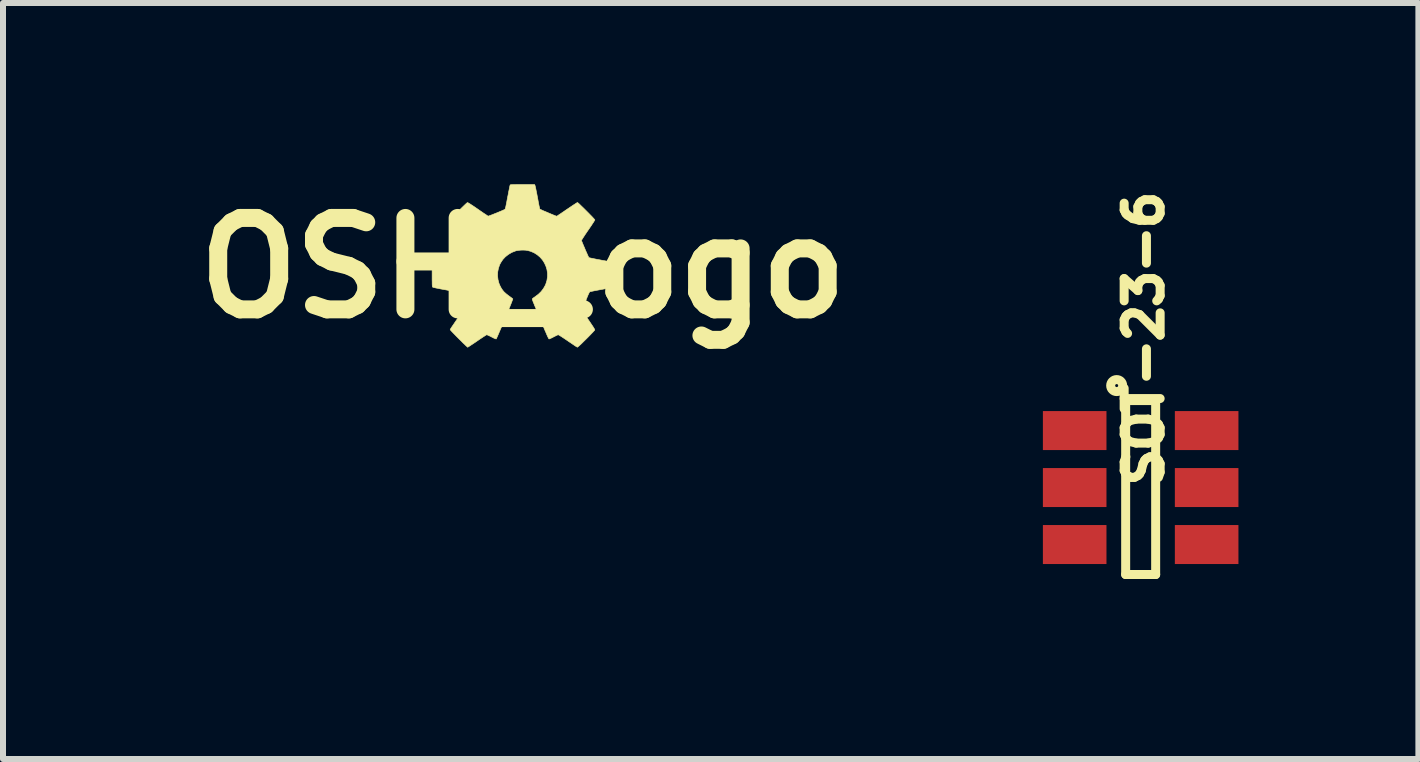
<source format=kicad_pcb>
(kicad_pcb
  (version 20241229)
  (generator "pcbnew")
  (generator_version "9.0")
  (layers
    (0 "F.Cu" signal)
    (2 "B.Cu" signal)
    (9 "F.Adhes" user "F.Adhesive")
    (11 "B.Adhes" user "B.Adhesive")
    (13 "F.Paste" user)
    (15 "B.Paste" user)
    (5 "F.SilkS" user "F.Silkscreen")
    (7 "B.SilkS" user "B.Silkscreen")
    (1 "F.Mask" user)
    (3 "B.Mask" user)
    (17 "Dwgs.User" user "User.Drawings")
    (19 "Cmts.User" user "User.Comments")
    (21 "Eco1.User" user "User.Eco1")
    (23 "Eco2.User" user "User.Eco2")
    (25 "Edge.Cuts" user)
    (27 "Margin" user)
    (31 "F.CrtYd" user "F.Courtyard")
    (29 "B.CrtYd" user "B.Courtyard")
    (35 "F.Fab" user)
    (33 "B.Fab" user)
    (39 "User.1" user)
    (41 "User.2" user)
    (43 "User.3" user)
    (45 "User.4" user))
  (footprint "OSH_logo"
    (layer "F.Cu")
    (at 5.668 1.418)
    (property "Reference" "OSH_logo" (at 0 0 0) (layer "F.SilkS") (effects (font (size 1.524 1.524) (thickness 0.3))))
    (attr through_hole)
    (fp_poly (pts (xy 0.2 -1.38) (xy 0.202 -1.373) (xy 0.206 -1.357) (xy 0.212 -1.333) (xy 0.218 -1.302) (xy 0.225 -1.267) (xy 0.233 -1.227) (xy 0.241 -1.184) (xy 0.242 -1.179) (xy 0.25 -1.136) (xy 0.257 -1.097) (xy 0.264 -1.061) (xy 0.27 -1.031) (xy 0.276 -1.007) (xy 0.279 -0.99) (xy 0.282 -0.983) (xy 0.282 -0.982) (xy 0.287 -0.979) (xy 0.301 -0.973) (xy 0.321 -0.963) (xy 0.346 -0.952) (xy 0.375 -0.94) (xy 0.406 -0.927) (xy 0.438 -0.913) (xy 0.469 -0.9) (xy 0.498 -0.888) (xy 0.523 -0.878) (xy 0.543 -0.87) (xy 0.557 -0.865) (xy 0.563 -0.864) (xy 0.568 -0.866) (xy 0.581 -0.874) (xy 0.599 -0.887) (xy 0.624 -0.903) (xy 0.653 -0.923) (xy 0.686 -0.945) (xy 0.722 -0.97) (xy 0.734 -0.978) (xy 0.771 -1.003) (xy 0.805 -1.026) (xy 0.836 -1.047) (xy 0.863 -1.064) (xy 0.884 -1.078) (xy 0.9 -1.088) (xy 0.908 -1.092) (xy 0.909 -1.092) (xy 0.914 -1.089) (xy 0.926 -1.079) (xy 0.943 -1.064) (xy 0.963 -1.044) (xy 0.988 -1.02) (xy 1.014 -0.995) (xy 1.042 -0.967) (xy 1.07 -0.939) (xy 1.098 -0.911) (xy 1.124 -0.884) (xy 1.148 -0.86) (xy 1.168 -0.838) (xy 1.184 -0.821) (xy 1.194 -0.809) (xy 1.199 -0.802) (xy 1.199 -0.802) (xy 1.196 -0.796) (xy 1.188 -0.783) (xy 1.176 -0.763) (xy 1.159 -0.738) (xy 1.14 -0.708) (xy 1.117 -0.675) (xy 1.093 -0.639) (xy 1.087 -0.631) (xy 1.062 -0.595) (xy 1.039 -0.561) (xy 1.019 -0.53) (xy 1.002 -0.504) (xy 0.989 -0.483) (xy 0.98 -0.469) (xy 0.976 -0.462) (xy 0.975 -0.461) (xy 0.977 -0.454) (xy 0.983 -0.44) (xy 0.991 -0.419) (xy 1.002 -0.393) (xy 1.014 -0.364) (xy 1.028 -0.333) (xy 1.041 -0.3) (xy 1.055 -0.269) (xy 1.068 -0.24) (xy 1.079 -0.214) (xy 1.089 -0.194) (xy 1.095 -0.18) (xy 1.099 -0.174) (xy 1.105 -0.172) (xy 1.12 -0.168) (xy 1.143 -0.163) (xy 1.172 -0.157) (xy 1.207 -0.15) (xy 1.246 -0.142) (xy 1.288 -0.135) (xy 1.29 -0.134) (xy 1.333 -0.126) (xy 1.373 -0.119) (xy 1.408 -0.112) (xy 1.439 -0.105) (xy 1.463 -0.1) (xy 1.479 -0.096) (xy 1.487 -0.093) (xy 1.487 -0.093) (xy 1.499 -0.086) (xy 1.499 0.114) (xy 1.499 0.166) (xy 1.498 0.209) (xy 1.498 0.243) (xy 1.497 0.27) (xy 1.497 0.29) (xy 1.496 0.304) (xy 1.494 0.313) (xy 1.493 0.318) (xy 1.492 0.319) (xy 1.485 0.322) (xy 1.47 0.325) (xy 1.447 0.33) (xy 1.418 0.337) (xy 1.383 0.344) (xy 1.344 0.351) (xy 1.305 0.358) (xy 1.263 0.366) (xy 1.224 0.373) (xy 1.189 0.38) (xy 1.16 0.386) (xy 1.137 0.391) (xy 1.121 0.394) (xy 1.115 0.396) (xy 1.111 0.4) (xy 1.105 0.41) (xy 1.097 0.426) (xy 1.086 0.449) (xy 1.073 0.48) (xy 1.057 0.52) (xy 1.045 0.549) (xy 1.031 0.586) (xy 1.017 0.62) (xy 1.006 0.65) (xy 0.996 0.674) (xy 0.99 0.692) (xy 0.986 0.702) (xy 0.986 0.704) (xy 0.988 0.71) (xy 0.996 0.722) (xy 1.009 0.741) (xy 1.025 0.766) (xy 1.044 0.795) (xy 1.067 0.828) (xy 1.091 0.863) (xy 1.093 0.866) (xy 1.122 0.909) (xy 1.146 0.945) (xy 1.165 0.973) (xy 1.179 0.996) (xy 1.189 1.012) (xy 1.195 1.024) (xy 1.197 1.031) (xy 1.197 1.033) (xy 1.193 1.039) (xy 1.182 1.051) (xy 1.166 1.069) (xy 1.145 1.091) (xy 1.12 1.117) (xy 1.092 1.146) (xy 1.061 1.177) (xy 1.055 1.183) (xy 1.016 1.221) (xy 0.985 1.252) (xy 0.959 1.277) (xy 0.939 1.295) (xy 0.924 1.308) (xy 0.914 1.316) (xy 0.907 1.32) (xy 0.906 1.32) (xy 0.9 1.316) (xy 0.886 1.308) (xy 0.866 1.295) (xy 0.841 1.278) (xy 0.812 1.258) (xy 0.779 1.236) (xy 0.748 1.215) (xy 0.713 1.191) (xy 0.68 1.169) (xy 0.651 1.15) (xy 0.626 1.134) (xy 0.607 1.122) (xy 0.594 1.115) (xy 0.589 1.113) (xy 0.581 1.115) (xy 0.566 1.121) (xy 0.546 1.131) (xy 0.522 1.143) (xy 0.512 1.148) (xy 0.488 1.161) (xy 0.466 1.171) (xy 0.449 1.179) (xy 0.438 1.182) (xy 0.435 1.183) (xy 0.433 1.181) (xy 0.429 1.176) (xy 0.424 1.166) (xy 0.417 1.153) (xy 0.408 1.134) (xy 0.397 1.109) (xy 0.384 1.078) (xy 0.367 1.04) (xy 0.348 0.994) (xy 0.326 0.941) (xy 0.3 0.878) (xy 0.299 0.876) (xy 0.272 0.81) (xy 0.248 0.753) (xy 0.228 0.704) (xy 0.211 0.662) (xy 0.196 0.628) (xy 0.185 0.599) (xy 0.175 0.576) (xy 0.168 0.558) (xy 0.163 0.544) (xy 0.159 0.533) (xy 0.157 0.526) (xy 0.156 0.521) (xy 0.155 0.518) (xy 0.156 0.516) (xy 0.156 0.515) (xy 0.161 0.509) (xy 0.172 0.5) (xy 0.189 0.488) (xy 0.202 0.479) (xy 0.257 0.438) (xy 0.304 0.392) (xy 0.342 0.342) (xy 0.372 0.289) (xy 0.381 0.268) (xy 0.4 0.207) (xy 0.409 0.145) (xy 0.409 0.084) (xy 0.4 0.025) (xy 0.382 -0.032) (xy 0.357 -0.086) (xy 0.325 -0.136) (xy 0.285 -0.181) (xy 0.239 -0.22) (xy 0.187 -0.253) (xy 0.129 -0.278) (xy 0.078 -0.292) (xy 0.045 -0.297) (xy 0.005 -0.299) (xy -0.036 -0.298) (xy -0.077 -0.294) (xy -0.112 -0.288) (xy -0.124 -0.284) (xy -0.186 -0.26) (xy -0.242 -0.227) (xy -0.293 -0.187) (xy -0.336 -0.141) (xy -0.371 -0.088) (xy -0.389 -0.053) (xy -0.409 0.006) (xy -0.421 0.068) (xy -0.423 0.13) (xy -0.416 0.193) (xy -0.4 0.254) (xy -0.382 0.297) (xy -0.362 0.335) (xy -0.34 0.368) (xy -0.314 0.399) (xy -0.282 0.428) (xy -0.244 0.458) (xy -0.219 0.476) (xy -0.2 0.49) (xy -0.184 0.502) (xy -0.173 0.511) (xy -0.169 0.516) (xy -0.171 0.522) (xy -0.176 0.536) (xy -0.184 0.558) (xy -0.195 0.587) (xy -0.209 0.621) (xy -0.224 0.659) (xy -0.241 0.702) (xy -0.26 0.747) (xy -0.28 0.795) (xy -0.3 0.843) (xy -0.32 0.892) (xy -0.34 0.94) (xy -0.359 0.986) (xy -0.378 1.029) (xy -0.395 1.069) (xy -0.41 1.104) (xy -0.423 1.134) (xy -0.434 1.158) (xy -0.441 1.174) (xy -0.446 1.182) (xy -0.447 1.183) (xy -0.454 1.181) (xy -0.468 1.176) (xy -0.489 1.167) (xy -0.514 1.154) (xy -0.524 1.149) (xy -0.549 1.136) (xy -0.571 1.126) (xy -0.589 1.118) (xy -0.6 1.113) (xy -0.603 1.113) (xy -0.61 1.115) (xy -0.623 1.123) (xy -0.643 1.136) (xy -0.668 1.152) (xy -0.698 1.172) (xy -0.731 1.194) (xy -0.764 1.217) (xy -0.799 1.241) (xy -0.832 1.263) (xy -0.861 1.282) (xy -0.885 1.298) (xy -0.904 1.31) (xy -0.916 1.318) (xy -0.922 1.321) (xy -0.926 1.317) (xy -0.937 1.307) (xy -0.954 1.292) (xy -0.975 1.271) (xy -1.001 1.247) (xy -1.029 1.218) (xy -1.06 1.188) (xy -1.071 1.177) (xy -1.11 1.138) (xy -1.141 1.106) (xy -1.166 1.08) (xy -1.185 1.06) (xy -1.199 1.045) (xy -1.208 1.034) (xy -1.212 1.027) (xy -1.212 1.024) (xy -1.209 1.018) (xy -1.2 1.004) (xy -1.187 0.984) (xy -1.17 0.959) (xy -1.15 0.93) (xy -1.128 0.897) (xy -1.105 0.864) (xy -1.081 0.829) (xy -1.059 0.796) (xy -1.04 0.767) (xy -1.023 0.742) (xy -1.011 0.723) (xy -1.003 0.71) (xy -1.001 0.704) (xy -1.003 0.697) (xy -1.008 0.683) (xy -1.016 0.661) (xy -1.026 0.633) (xy -1.039 0.601) (xy -1.053 0.566) (xy -1.06 0.548) (xy -1.078 0.504) (xy -1.092 0.469) (xy -1.104 0.442) (xy -1.113 0.421) (xy -1.12 0.407) (xy -1.126 0.399) (xy -1.13 0.396) (xy -1.137 0.394) (xy -1.153 0.39) (xy -1.177 0.386) (xy -1.207 0.38) (xy -1.242 0.373) (xy -1.282 0.365) (xy -1.321 0.358) (xy -1.372 0.349) (xy -1.414 0.34) (xy -1.447 0.334) (xy -1.472 0.328) (xy -1.49 0.324) (xy -1.502 0.32) (xy -1.507 0.317) (xy -1.507 0.316) (xy -1.509 0.312) (xy -1.511 0.302) (xy -1.512 0.286) (xy -1.513 0.264) (xy -1.513 0.234) (xy -1.514 0.196) (xy -1.514 0.149) (xy -1.514 0.111) (xy -1.514 0.061) (xy -1.514 0.019) (xy -1.513 -0.014) (xy -1.513 -0.04) (xy -1.512 -0.059) (xy -1.511 -0.073) (xy -1.51 -0.083) (xy -1.508 -0.088) (xy -1.506 -0.091) (xy -1.506 -0.091) (xy -1.5 -0.094) (xy -1.484 -0.098) (xy -1.461 -0.103) (xy -1.431 -0.109) (xy -1.396 -0.116) (xy -1.357 -0.124) (xy -1.314 -0.132) (xy -1.309 -0.133) (xy -1.267 -0.141) (xy -1.227 -0.149) (xy -1.191 -0.156) (xy -1.161 -0.162) (xy -1.138 -0.168) (xy -1.121 -0.172) (xy -1.114 -0.174) (xy -1.114 -0.174) (xy -1.109 -0.181) (xy -1.102 -0.196) (xy -1.092 -0.217) (xy -1.081 -0.244) (xy -1.068 -0.273) (xy -1.054 -0.305) (xy -1.04 -0.337) (xy -1.027 -0.369) (xy -1.016 -0.398) (xy -1.006 -0.424) (xy -0.998 -0.445) (xy -0.993 -0.459) (xy -0.992 -0.465) (xy -0.995 -0.471) (xy -1.004 -0.485) (xy -1.016 -0.505) (xy -1.033 -0.53) (xy -1.053 -0.56) (xy -1.076 -0.594) (xy -1.1 -0.629) (xy -1.102 -0.632) (xy -1.127 -0.668) (xy -1.149 -0.702) (xy -1.17 -0.732) (xy -1.187 -0.758) (xy -1.2 -0.778) (xy -1.209 -0.792) (xy -1.213 -0.799) (xy -1.213 -0.799) (xy -1.212 -0.804) (xy -1.206 -0.812) (xy -1.195 -0.825) (xy -1.179 -0.843) (xy -1.157 -0.866) (xy -1.128 -0.895) (xy -1.093 -0.931) (xy -1.076 -0.948) (xy -1.045 -0.979) (xy -1.016 -1.008) (xy -0.989 -1.034) (xy -0.966 -1.056) (xy -0.948 -1.073) (xy -0.934 -1.085) (xy -0.927 -1.09) (xy -0.926 -1.09) (xy -0.921 -1.09) (xy -0.912 -1.086) (xy -0.899 -1.078) (xy -0.88 -1.067) (xy -0.856 -1.051) (xy -0.825 -1.031) (xy -0.787 -1.005) (xy -0.751 -0.98) (xy -0.715 -0.955) (xy -0.681 -0.932) (xy -0.651 -0.911) (xy -0.624 -0.894) (xy -0.604 -0.88) (xy -0.589 -0.87) (xy -0.582 -0.866) (xy -0.581 -0.865) (xy -0.575 -0.866) (xy -0.561 -0.871) (xy -0.54 -0.879) (xy -0.514 -0.888) (xy -0.485 -0.9) (xy -0.454 -0.912) (xy -0.422 -0.925) (xy -0.391 -0.938) (xy -0.362 -0.95) (xy -0.337 -0.961) (xy -0.317 -0.97) (xy -0.304 -0.977) (xy -0.299 -0.98) (xy -0.296 -0.986) (xy -0.292 -1) (xy -0.286 -1.022) (xy -0.28 -1.052) (xy -0.272 -1.091) (xy -0.263 -1.14) (xy -0.255 -1.183) (xy -0.246 -1.226) (xy -0.239 -1.267) (xy -0.231 -1.303) (xy -0.225 -1.334) (xy -0.22 -1.359) (xy -0.216 -1.376) (xy -0.213 -1.384) (xy -0.213 -1.385) (xy -0.21 -1.387) (xy -0.203 -1.388) (xy -0.191 -1.389) (xy -0.175 -1.39) (xy -0.152 -1.391) (xy -0.122 -1.391) (xy -0.084 -1.392) (xy -0.037 -1.392) (xy -0.007 -1.392) (xy 0.193 -1.392) (xy 0.2 -1.38)) (stroke (width 0.01) (type solid)) (fill yes) (layer "F.SilkS")))
  (footprint "SOT-23-6"
    (layer "F.Cu")
    (at 15.966 5.078)
    (property "Reference" "SOT-23-6" (at 0.055 -2.484 270) (layer "F.SilkS") (effects (font (size 0.6 0.6) (thickness 0.15))))
    (attr smd)
    (fp_line (start -0.25 -1.45) (end -0.25 1.45) (stroke (width 0.15) (type solid)) (layer "F.SilkS"))
    (fp_line (start -0.25 1.45) (end 0.25 1.45) (stroke (width 0.15) (type solid)) (layer "F.SilkS"))
    (fp_line (start 0.25 -1.45) (end -0.25 -1.45) (stroke (width 0.15) (type solid)) (layer "F.SilkS"))
    (fp_line (start 0.25 1.45) (end 0.25 -1.45) (stroke (width 0.15) (type solid)) (layer "F.SilkS"))
    (fp_circle (center -0.4 -1.7) (end -0.3 -1.7) (stroke (width 0.15) (type solid)) (fill no) (layer "F.SilkS"))
    (pad "1" smd rect (at -1.1 -0.95) (size 1.06 0.65) (layers "F.Cu" "F.Mask" "F.Paste"))
    (pad "2" smd rect (at -1.1 0) (size 1.06 0.65) (layers "F.Cu" "F.Mask" "F.Paste"))
    (pad "3" smd rect (at -1.1 0.95) (size 1.06 0.65) (layers "F.Cu" "F.Mask" "F.Paste"))
    (pad "4" smd rect (at 1.1 0.95) (size 1.06 0.65) (layers "F.Cu" "F.Mask" "F.Paste"))
    (pad "5" smd rect (at 1.1 0) (size 1.06 0.65) (layers "F.Cu" "F.Mask" "F.Paste"))
    (pad "6" smd rect (at 1.1 -0.95) (size 1.06 0.65) (layers "F.Cu" "F.Mask" "F.Paste")))
  (gr_rect
    (start -3 -3)
    (end 20.596 9.603)
    (stroke (width 0.1) (type default))
    (fill no)
    (layer "Edge.Cuts")))
</source>
